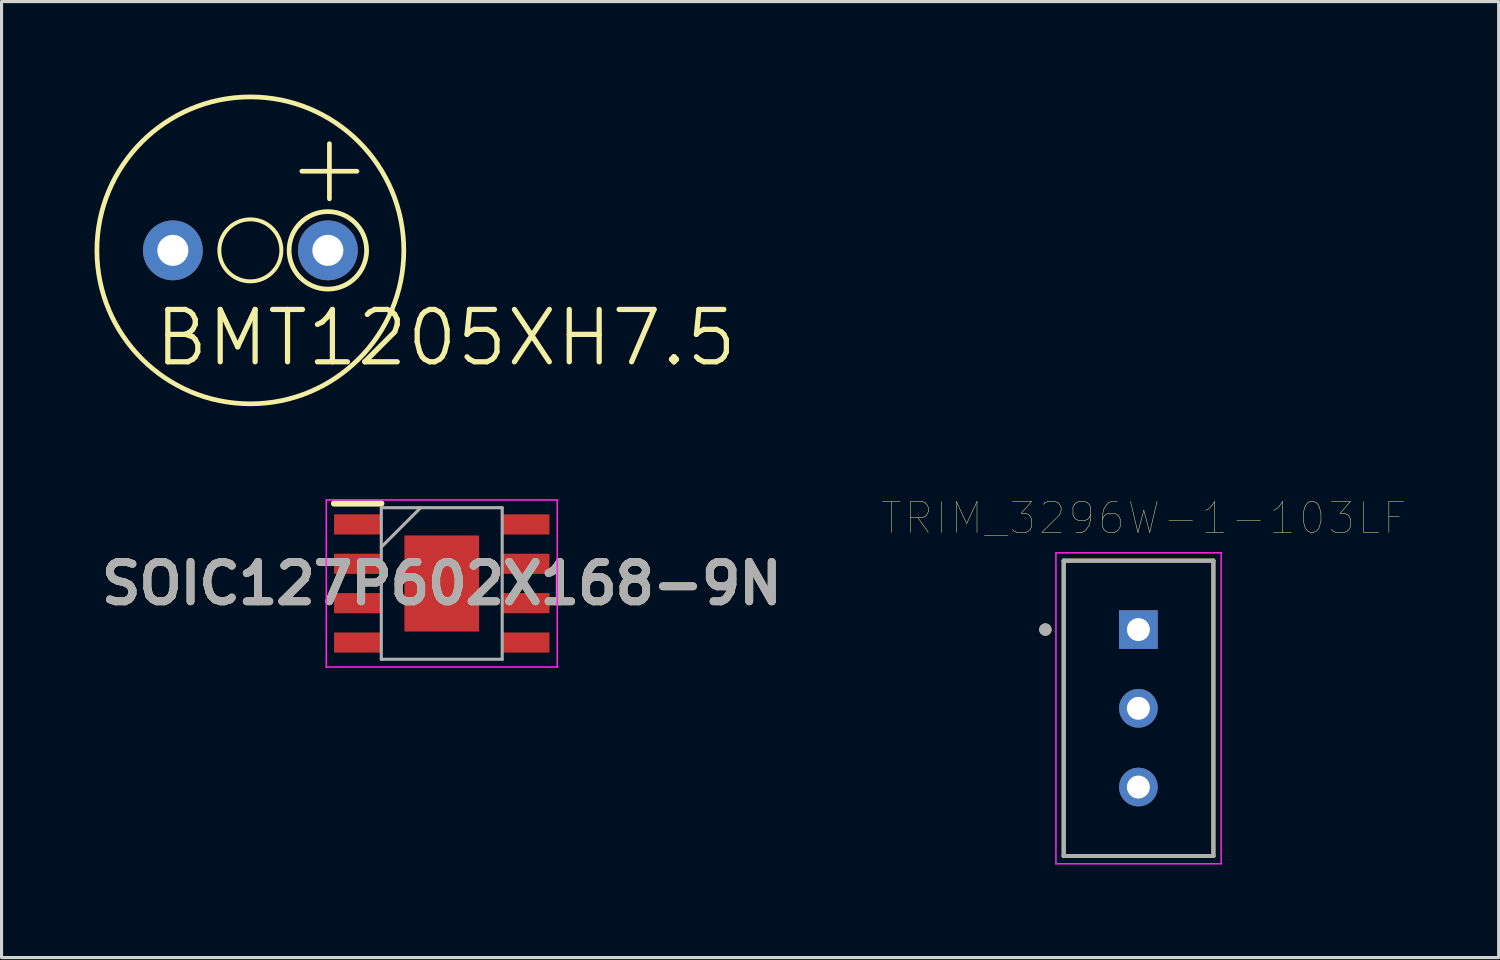
<source format=kicad_pcb>
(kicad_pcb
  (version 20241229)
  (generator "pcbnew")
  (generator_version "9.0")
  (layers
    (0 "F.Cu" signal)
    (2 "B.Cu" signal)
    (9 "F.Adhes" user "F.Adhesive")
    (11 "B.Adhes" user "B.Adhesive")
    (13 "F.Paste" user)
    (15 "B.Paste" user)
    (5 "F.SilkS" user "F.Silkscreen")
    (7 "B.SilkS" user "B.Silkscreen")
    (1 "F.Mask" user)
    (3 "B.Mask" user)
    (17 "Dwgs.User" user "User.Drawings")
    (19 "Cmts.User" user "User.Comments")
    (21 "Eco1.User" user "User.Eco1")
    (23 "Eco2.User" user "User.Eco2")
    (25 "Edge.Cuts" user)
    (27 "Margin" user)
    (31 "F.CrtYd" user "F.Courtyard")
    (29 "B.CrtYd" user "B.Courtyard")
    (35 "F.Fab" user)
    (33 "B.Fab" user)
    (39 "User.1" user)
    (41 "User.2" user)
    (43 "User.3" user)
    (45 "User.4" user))
  (footprint "BMT1205XH7.5"
    (layer "F.Cu")
    (at 5.026 5.026)
    (property "Reference" "BMT1205XH7.5" (at -3.175 3.81 0) (layer "F.SilkS") (effects (font (size 1.689 1.689) (thickness 0.169)) (justify left bottom)))
    (attr through_hole)
    (fp_line (start 1.661 -2.552) (end 3.439 -2.552) (stroke (width 0.152) (type solid)) (layer "F.SilkS"))
    (fp_line (start 2.55 -3.441) (end 2.55 -1.663) (stroke (width 0.152) (type solid)) (layer "F.SilkS"))
    (fp_circle (center 0 0) (end 1 0) (stroke (width 0.127) (type solid)) (fill no) (layer "F.SilkS"))
    (fp_circle (center 0 0) (end 4.95 0) (stroke (width 0.152) (type solid)) (fill no) (layer "F.SilkS"))
    (fp_circle (center 2.5 0) (end 3.75 0) (stroke (width 0.152) (type solid)) (fill no) (layer "F.SilkS"))
    (pad "+" thru_hole circle (at 2.5 0) (size 1.93 1.93) (drill 1) (layers "*.Cu" "*.Mask"))
    (pad "-" thru_hole circle (at -2.5 0) (size 1.93 1.93) (drill 1) (layers "*.Cu" "*.Mask")))
  (footprint "SOIC127P602X168-9N"
    (layer "F.Cu")
    (at 11.2 15.772)
    (property "Reference" "SOIC127P602X168-9N" (at 0 0 0) (layer "F.SilkS") (effects (font (size 1.27 1.27) (thickness 0.254))))
    (attr smd)
    (fp_line (start -3.475 -2.58) (end -1.95 -2.58) (stroke (width 0.2) (type solid)) (layer "F.SilkS"))
    (fp_line (start -3.725 -2.695) (end 3.725 -2.695) (stroke (width 0.05) (type solid)) (layer "F.CrtYd"))
    (fp_line (start -3.725 2.695) (end -3.725 -2.695) (stroke (width 0.05) (type solid)) (layer "F.CrtYd"))
    (fp_line (start 3.725 -2.695) (end 3.725 2.695) (stroke (width 0.05) (type solid)) (layer "F.CrtYd"))
    (fp_line (start 3.725 2.695) (end -3.725 2.695) (stroke (width 0.05) (type solid)) (layer "F.CrtYd"))
    (fp_line (start -1.95 -2.445) (end 1.95 -2.445) (stroke (width 0.1) (type solid)) (layer "F.Fab"))
    (fp_line (start -1.95 -1.175) (end -0.68 -2.445) (stroke (width 0.1) (type solid)) (layer "F.Fab"))
    (fp_line (start -1.95 2.445) (end -1.95 -2.445) (stroke (width 0.1) (type solid)) (layer "F.Fab"))
    (fp_line (start 1.95 -2.445) (end 1.95 2.445) (stroke (width 0.1) (type solid)) (layer "F.Fab"))
    (fp_line (start 1.95 2.445) (end -1.95 2.445) (stroke (width 0.1) (type solid)) (layer "F.Fab"))
    (fp_text user "${REFERENCE}" (at 0 0 0) (layer "F.Fab") (effects (font (size 1.27 1.27) (thickness 0.254))))
    (pad "1" smd rect (at -2.712 -1.905 90) (size 0.65 1.525) (layers "F.Cu" "F.Mask" "F.Paste"))
    (pad "2" smd rect (at -2.712 -0.635 90) (size 0.65 1.525) (layers "F.Cu" "F.Mask" "F.Paste"))
    (pad "3" smd rect (at -2.712 0.635 90) (size 0.65 1.525) (layers "F.Cu" "F.Mask" "F.Paste"))
    (pad "4" smd rect (at -2.712 1.905 90) (size 0.65 1.525) (layers "F.Cu" "F.Mask" "F.Paste"))
    (pad "5" smd rect (at 2.712 1.905 90) (size 0.65 1.525) (layers "F.Cu" "F.Mask" "F.Paste"))
    (pad "6" smd rect (at 2.712 0.635 90) (size 0.65 1.525) (layers "F.Cu" "F.Mask" "F.Paste"))
    (pad "7" smd rect (at 2.712 -0.635 90) (size 0.65 1.525) (layers "F.Cu" "F.Mask" "F.Paste"))
    (pad "8" smd rect (at 2.712 -1.905 90) (size 0.65 1.525) (layers "F.Cu" "F.Mask" "F.Paste"))
    (pad "9" smd rect (at 0 0) (size 2.41 3.1) (layers "F.Cu" "F.Mask" "F.Paste")))
  (footprint "TRIM_3296W-1-103LF"
    (layer "F.Cu")
    (at 33.672 19.799)
    (property "Reference" "TRIM_3296W-1-103LF" (at 0.175 -6.135 0) (layer "F.SilkS") (effects (font (size 1 1) (thickness 0.015))))
    (attr through_hole)
    (fp_line (start -2.41 -4.765) (end -2.41 4.765) (stroke (width 0.127) (type solid)) (layer "F.SilkS"))
    (fp_line (start -2.41 4.765) (end 2.42 4.765) (stroke (width 0.127) (type solid)) (layer "F.SilkS"))
    (fp_line (start 2.42 -4.765) (end -2.41 -4.765) (stroke (width 0.127) (type solid)) (layer "F.SilkS"))
    (fp_line (start 2.42 4.765) (end 2.42 -4.765) (stroke (width 0.127) (type solid)) (layer "F.SilkS"))
    (fp_circle (center -3 -2.54) (end -2.9 -2.54) (stroke (width 0.2) (type solid)) (fill no) (layer "F.SilkS"))
    (fp_line (start -2.66 -5.015) (end 2.67 -5.015) (stroke (width 0.05) (type solid)) (layer "F.CrtYd"))
    (fp_line (start -2.66 5.015) (end -2.66 -5.015) (stroke (width 0.05) (type solid)) (layer "F.CrtYd"))
    (fp_line (start 2.67 -5.015) (end 2.67 5.015) (stroke (width 0.05) (type solid)) (layer "F.CrtYd"))
    (fp_line (start 2.67 5.015) (end -2.66 5.015) (stroke (width 0.05) (type solid)) (layer "F.CrtYd"))
    (fp_line (start -2.41 -4.765) (end 2.42 -4.765) (stroke (width 0.127) (type solid)) (layer "F.Fab"))
    (fp_line (start -2.41 4.765) (end -2.41 -4.765) (stroke (width 0.127) (type solid)) (layer "F.Fab"))
    (fp_line (start 2.42 -4.765) (end 2.42 4.765) (stroke (width 0.127) (type solid)) (layer "F.Fab"))
    (fp_line (start 2.42 4.765) (end -2.41 4.765) (stroke (width 0.127) (type solid)) (layer "F.Fab"))
    (fp_circle (center -3 -2.54) (end -2.9 -2.54) (stroke (width 0.2) (type solid)) (fill no) (layer "F.Fab"))
    (pad "1" thru_hole rect (at 0 -2.54) (size 1.248 1.248) (drill 0.74) (layers "*.Cu" "*.Mask"))
    (pad "2" thru_hole circle (at 0 0) (size 1.248 1.248) (drill 0.74) (layers "*.Cu" "*.Mask"))
    (pad "3" thru_hole circle (at 0 2.54) (size 1.248 1.248) (drill 0.74) (layers "*.Cu" "*.Mask")))
  (gr_rect
    (start -3 -3)
    (end 45.293 27.839)
    (stroke (width 0.1) (type default))
    (fill no)
    (layer "Edge.Cuts")))
</source>
